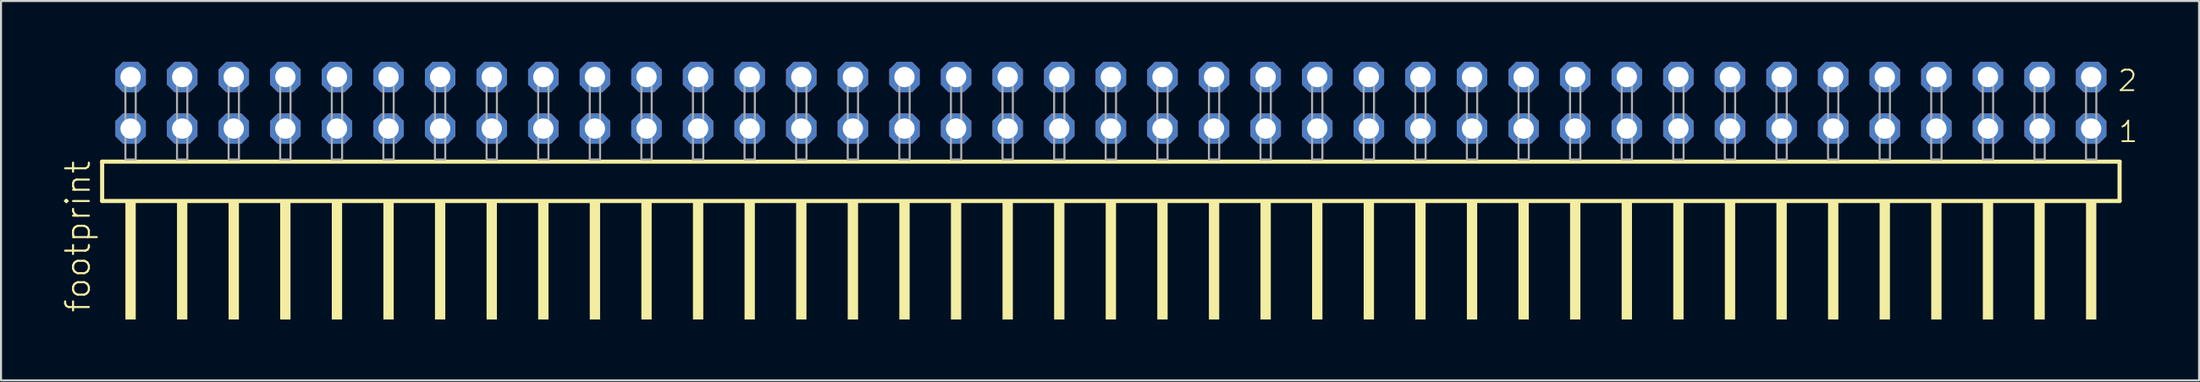
<source format=kicad_pcb>
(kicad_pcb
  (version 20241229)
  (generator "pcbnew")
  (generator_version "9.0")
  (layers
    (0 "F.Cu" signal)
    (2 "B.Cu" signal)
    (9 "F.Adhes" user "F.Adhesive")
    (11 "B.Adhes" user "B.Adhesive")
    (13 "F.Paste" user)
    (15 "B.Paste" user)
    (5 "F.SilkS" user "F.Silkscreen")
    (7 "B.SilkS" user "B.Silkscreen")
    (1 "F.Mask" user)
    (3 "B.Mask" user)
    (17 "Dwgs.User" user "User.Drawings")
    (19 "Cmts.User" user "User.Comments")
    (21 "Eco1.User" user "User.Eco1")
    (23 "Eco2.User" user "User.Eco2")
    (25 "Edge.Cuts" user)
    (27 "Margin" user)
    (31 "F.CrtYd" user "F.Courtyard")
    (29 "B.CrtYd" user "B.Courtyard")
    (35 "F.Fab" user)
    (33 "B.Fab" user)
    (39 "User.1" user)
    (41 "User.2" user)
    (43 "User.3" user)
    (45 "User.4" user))
  (footprint "footprint"
    (layer "F.Cu")
    (at 51.638 4.814)
    (property "Reference" "footprint" (at -50.165 7.62 90) (layer "F.SilkS") (effects (font (size 1.168 1.168) (thickness 0.102)) (justify left bottom)))
    (fp_line (start -49.659 0.106) (end -49.659 2.046) (stroke (width 0.203) (type solid)) (layer "F.SilkS"))
    (fp_line (start -49.659 2.046) (end 49.659 2.046) (stroke (width 0.203) (type solid)) (layer "F.SilkS"))
    (fp_line (start 49.659 0.106) (end -49.659 0.106) (stroke (width 0.203) (type solid)) (layer "F.SilkS"))
    (fp_line (start 49.659 2.046) (end 49.659 0.106) (stroke (width 0.203) (type solid)) (layer "F.SilkS"))
    (fp_poly (pts (xy -48.514 7.89) (xy -48.006 7.89) (xy -48.006 2.04) (xy -48.514 2.04)) (stroke (width 0) (type solid)) (fill yes) (layer "F.SilkS"))
    (fp_poly (pts (xy -45.974 7.89) (xy -45.466 7.89) (xy -45.466 2.04) (xy -45.974 2.04)) (stroke (width 0) (type solid)) (fill yes) (layer "F.SilkS"))
    (fp_poly (pts (xy -43.434 7.89) (xy -42.926 7.89) (xy -42.926 2.04) (xy -43.434 2.04)) (stroke (width 0) (type solid)) (fill yes) (layer "F.SilkS"))
    (fp_poly (pts (xy -40.894 7.89) (xy -40.386 7.89) (xy -40.386 2.04) (xy -40.894 2.04)) (stroke (width 0) (type solid)) (fill yes) (layer "F.SilkS"))
    (fp_poly (pts (xy -38.354 7.89) (xy -37.846 7.89) (xy -37.846 2.04) (xy -38.354 2.04)) (stroke (width 0) (type solid)) (fill yes) (layer "F.SilkS"))
    (fp_poly (pts (xy -35.814 7.89) (xy -35.306 7.89) (xy -35.306 2.04) (xy -35.814 2.04)) (stroke (width 0) (type solid)) (fill yes) (layer "F.SilkS"))
    (fp_poly (pts (xy -33.274 7.89) (xy -32.766 7.89) (xy -32.766 2.04) (xy -33.274 2.04)) (stroke (width 0) (type solid)) (fill yes) (layer "F.SilkS"))
    (fp_poly (pts (xy -30.734 7.89) (xy -30.226 7.89) (xy -30.226 2.04) (xy -30.734 2.04)) (stroke (width 0) (type solid)) (fill yes) (layer "F.SilkS"))
    (fp_poly (pts (xy -28.194 7.89) (xy -27.686 7.89) (xy -27.686 2.04) (xy -28.194 2.04)) (stroke (width 0) (type solid)) (fill yes) (layer "F.SilkS"))
    (fp_poly (pts (xy -25.654 7.89) (xy -25.146 7.89) (xy -25.146 2.04) (xy -25.654 2.04)) (stroke (width 0) (type solid)) (fill yes) (layer "F.SilkS"))
    (fp_poly (pts (xy -23.114 7.89) (xy -22.606 7.89) (xy -22.606 2.04) (xy -23.114 2.04)) (stroke (width 0) (type solid)) (fill yes) (layer "F.SilkS"))
    (fp_poly (pts (xy -20.574 7.89) (xy -20.066 7.89) (xy -20.066 2.04) (xy -20.574 2.04)) (stroke (width 0) (type solid)) (fill yes) (layer "F.SilkS"))
    (fp_poly (pts (xy -18.034 7.89) (xy -17.526 7.89) (xy -17.526 2.04) (xy -18.034 2.04)) (stroke (width 0) (type solid)) (fill yes) (layer "F.SilkS"))
    (fp_poly (pts (xy -15.494 7.89) (xy -14.986 7.89) (xy -14.986 2.04) (xy -15.494 2.04)) (stroke (width 0) (type solid)) (fill yes) (layer "F.SilkS"))
    (fp_poly (pts (xy -12.954 7.89) (xy -12.446 7.89) (xy -12.446 2.04) (xy -12.954 2.04)) (stroke (width 0) (type solid)) (fill yes) (layer "F.SilkS"))
    (fp_poly (pts (xy -10.414 7.89) (xy -9.906 7.89) (xy -9.906 2.04) (xy -10.414 2.04)) (stroke (width 0) (type solid)) (fill yes) (layer "F.SilkS"))
    (fp_poly (pts (xy -7.874 7.89) (xy -7.366 7.89) (xy -7.366 2.04) (xy -7.874 2.04)) (stroke (width 0) (type solid)) (fill yes) (layer "F.SilkS"))
    (fp_poly (pts (xy -5.334 7.89) (xy -4.826 7.89) (xy -4.826 2.04) (xy -5.334 2.04)) (stroke (width 0) (type solid)) (fill yes) (layer "F.SilkS"))
    (fp_poly (pts (xy -2.794 7.89) (xy -2.286 7.89) (xy -2.286 2.04) (xy -2.794 2.04)) (stroke (width 0) (type solid)) (fill yes) (layer "F.SilkS"))
    (fp_poly (pts (xy -0.254 7.89) (xy 0.254 7.89) (xy 0.254 2.04) (xy -0.254 2.04)) (stroke (width 0) (type solid)) (fill yes) (layer "F.SilkS"))
    (fp_poly (pts (xy 2.286 7.89) (xy 2.794 7.89) (xy 2.794 2.04) (xy 2.286 2.04)) (stroke (width 0) (type solid)) (fill yes) (layer "F.SilkS"))
    (fp_poly (pts (xy 4.826 7.89) (xy 5.334 7.89) (xy 5.334 2.04) (xy 4.826 2.04)) (stroke (width 0) (type solid)) (fill yes) (layer "F.SilkS"))
    (fp_poly (pts (xy 7.366 7.89) (xy 7.874 7.89) (xy 7.874 2.04) (xy 7.366 2.04)) (stroke (width 0) (type solid)) (fill yes) (layer "F.SilkS"))
    (fp_poly (pts (xy 9.906 7.89) (xy 10.414 7.89) (xy 10.414 2.04) (xy 9.906 2.04)) (stroke (width 0) (type solid)) (fill yes) (layer "F.SilkS"))
    (fp_poly (pts (xy 12.446 7.89) (xy 12.954 7.89) (xy 12.954 2.04) (xy 12.446 2.04)) (stroke (width 0) (type solid)) (fill yes) (layer "F.SilkS"))
    (fp_poly (pts (xy 14.986 7.89) (xy 15.494 7.89) (xy 15.494 2.04) (xy 14.986 2.04)) (stroke (width 0) (type solid)) (fill yes) (layer "F.SilkS"))
    (fp_poly (pts (xy 17.526 7.89) (xy 18.034 7.89) (xy 18.034 2.04) (xy 17.526 2.04)) (stroke (width 0) (type solid)) (fill yes) (layer "F.SilkS"))
    (fp_poly (pts (xy 20.066 7.89) (xy 20.574 7.89) (xy 20.574 2.04) (xy 20.066 2.04)) (stroke (width 0) (type solid)) (fill yes) (layer "F.SilkS"))
    (fp_poly (pts (xy 22.606 7.89) (xy 23.114 7.89) (xy 23.114 2.04) (xy 22.606 2.04)) (stroke (width 0) (type solid)) (fill yes) (layer "F.SilkS"))
    (fp_poly (pts (xy 25.146 7.89) (xy 25.654 7.89) (xy 25.654 2.04) (xy 25.146 2.04)) (stroke (width 0) (type solid)) (fill yes) (layer "F.SilkS"))
    (fp_poly (pts (xy 27.686 7.89) (xy 28.194 7.89) (xy 28.194 2.04) (xy 27.686 2.04)) (stroke (width 0) (type solid)) (fill yes) (layer "F.SilkS"))
    (fp_poly (pts (xy 30.226 7.89) (xy 30.734 7.89) (xy 30.734 2.04) (xy 30.226 2.04)) (stroke (width 0) (type solid)) (fill yes) (layer "F.SilkS"))
    (fp_poly (pts (xy 32.766 7.89) (xy 33.274 7.89) (xy 33.274 2.04) (xy 32.766 2.04)) (stroke (width 0) (type solid)) (fill yes) (layer "F.SilkS"))
    (fp_poly (pts (xy 35.306 7.89) (xy 35.814 7.89) (xy 35.814 2.04) (xy 35.306 2.04)) (stroke (width 0) (type solid)) (fill yes) (layer "F.SilkS"))
    (fp_poly (pts (xy 37.846 7.89) (xy 38.354 7.89) (xy 38.354 2.04) (xy 37.846 2.04)) (stroke (width 0) (type solid)) (fill yes) (layer "F.SilkS"))
    (fp_poly (pts (xy 40.386 7.89) (xy 40.894 7.89) (xy 40.894 2.04) (xy 40.386 2.04)) (stroke (width 0) (type solid)) (fill yes) (layer "F.SilkS"))
    (fp_poly (pts (xy 42.926 7.89) (xy 43.434 7.89) (xy 43.434 2.04) (xy 42.926 2.04)) (stroke (width 0) (type solid)) (fill yes) (layer "F.SilkS"))
    (fp_poly (pts (xy 45.466 7.89) (xy 45.974 7.89) (xy 45.974 2.04) (xy 45.466 2.04)) (stroke (width 0) (type solid)) (fill yes) (layer "F.SilkS"))
    (fp_poly (pts (xy 48.006 7.89) (xy 48.514 7.89) (xy 48.514 2.04) (xy 48.006 2.04)) (stroke (width 0) (type solid)) (fill yes) (layer "F.SilkS"))
    (fp_poly (pts (xy -48.514 0) (xy -48.006 0) (xy -48.006 -4.318) (xy -48.514 -4.318)) (stroke (width 0.1) (type solid)) (fill no) (layer "F.Fab"))
    (fp_poly (pts (xy -45.974 0) (xy -45.466 0) (xy -45.466 -4.318) (xy -45.974 -4.318)) (stroke (width 0.1) (type solid)) (fill no) (layer "F.Fab"))
    (fp_poly (pts (xy -43.434 0) (xy -42.926 0) (xy -42.926 -4.318) (xy -43.434 -4.318)) (stroke (width 0.1) (type solid)) (fill no) (layer "F.Fab"))
    (fp_poly (pts (xy -40.894 0) (xy -40.386 0) (xy -40.386 -4.318) (xy -40.894 -4.318)) (stroke (width 0.1) (type solid)) (fill no) (layer "F.Fab"))
    (fp_poly (pts (xy -38.354 0) (xy -37.846 0) (xy -37.846 -4.318) (xy -38.354 -4.318)) (stroke (width 0.1) (type solid)) (fill no) (layer "F.Fab"))
    (fp_poly (pts (xy -35.814 0) (xy -35.306 0) (xy -35.306 -4.318) (xy -35.814 -4.318)) (stroke (width 0.1) (type solid)) (fill no) (layer "F.Fab"))
    (fp_poly (pts (xy -33.274 0) (xy -32.766 0) (xy -32.766 -4.318) (xy -33.274 -4.318)) (stroke (width 0.1) (type solid)) (fill no) (layer "F.Fab"))
    (fp_poly (pts (xy -30.734 0) (xy -30.226 0) (xy -30.226 -4.318) (xy -30.734 -4.318)) (stroke (width 0.1) (type solid)) (fill no) (layer "F.Fab"))
    (fp_poly (pts (xy -28.194 0) (xy -27.686 0) (xy -27.686 -4.318) (xy -28.194 -4.318)) (stroke (width 0.1) (type solid)) (fill no) (layer "F.Fab"))
    (fp_poly (pts (xy -25.654 0) (xy -25.146 0) (xy -25.146 -4.318) (xy -25.654 -4.318)) (stroke (width 0.1) (type solid)) (fill no) (layer "F.Fab"))
    (fp_poly (pts (xy -23.114 0) (xy -22.606 0) (xy -22.606 -4.318) (xy -23.114 -4.318)) (stroke (width 0.1) (type solid)) (fill no) (layer "F.Fab"))
    (fp_poly (pts (xy -20.574 0) (xy -20.066 0) (xy -20.066 -4.318) (xy -20.574 -4.318)) (stroke (width 0.1) (type solid)) (fill no) (layer "F.Fab"))
    (fp_poly (pts (xy -18.034 0) (xy -17.526 0) (xy -17.526 -4.318) (xy -18.034 -4.318)) (stroke (width 0.1) (type solid)) (fill no) (layer "F.Fab"))
    (fp_poly (pts (xy -15.494 0) (xy -14.986 0) (xy -14.986 -4.318) (xy -15.494 -4.318)) (stroke (width 0.1) (type solid)) (fill no) (layer "F.Fab"))
    (fp_poly (pts (xy -12.954 0) (xy -12.446 0) (xy -12.446 -4.318) (xy -12.954 -4.318)) (stroke (width 0.1) (type solid)) (fill no) (layer "F.Fab"))
    (fp_poly (pts (xy -10.414 0) (xy -9.906 0) (xy -9.906 -4.318) (xy -10.414 -4.318)) (stroke (width 0.1) (type solid)) (fill no) (layer "F.Fab"))
    (fp_poly (pts (xy -7.874 0) (xy -7.366 0) (xy -7.366 -4.318) (xy -7.874 -4.318)) (stroke (width 0.1) (type solid)) (fill no) (layer "F.Fab"))
    (fp_poly (pts (xy -5.334 0) (xy -4.826 0) (xy -4.826 -4.318) (xy -5.334 -4.318)) (stroke (width 0.1) (type solid)) (fill no) (layer "F.Fab"))
    (fp_poly (pts (xy -2.794 0) (xy -2.286 0) (xy -2.286 -4.318) (xy -2.794 -4.318)) (stroke (width 0.1) (type solid)) (fill no) (layer "F.Fab"))
    (fp_poly (pts (xy -0.254 0) (xy 0.254 0) (xy 0.254 -4.318) (xy -0.254 -4.318)) (stroke (width 0.1) (type solid)) (fill no) (layer "F.Fab"))
    (fp_poly (pts (xy 2.286 0) (xy 2.794 0) (xy 2.794 -4.318) (xy 2.286 -4.318)) (stroke (width 0.1) (type solid)) (fill no) (layer "F.Fab"))
    (fp_poly (pts (xy 4.826 0) (xy 5.334 0) (xy 5.334 -4.318) (xy 4.826 -4.318)) (stroke (width 0.1) (type solid)) (fill no) (layer "F.Fab"))
    (fp_poly (pts (xy 7.366 0) (xy 7.874 0) (xy 7.874 -4.318) (xy 7.366 -4.318)) (stroke (width 0.1) (type solid)) (fill no) (layer "F.Fab"))
    (fp_poly (pts (xy 9.906 0) (xy 10.414 0) (xy 10.414 -4.318) (xy 9.906 -4.318)) (stroke (width 0.1) (type solid)) (fill no) (layer "F.Fab"))
    (fp_poly (pts (xy 12.446 0) (xy 12.954 0) (xy 12.954 -4.318) (xy 12.446 -4.318)) (stroke (width 0.1) (type solid)) (fill no) (layer "F.Fab"))
    (fp_poly (pts (xy 14.986 0) (xy 15.494 0) (xy 15.494 -4.318) (xy 14.986 -4.318)) (stroke (width 0.1) (type solid)) (fill no) (layer "F.Fab"))
    (fp_poly (pts (xy 17.526 0) (xy 18.034 0) (xy 18.034 -4.318) (xy 17.526 -4.318)) (stroke (width 0.1) (type solid)) (fill no) (layer "F.Fab"))
    (fp_poly (pts (xy 20.066 0) (xy 20.574 0) (xy 20.574 -4.318) (xy 20.066 -4.318)) (stroke (width 0.1) (type solid)) (fill no) (layer "F.Fab"))
    (fp_poly (pts (xy 22.606 0) (xy 23.114 0) (xy 23.114 -4.318) (xy 22.606 -4.318)) (stroke (width 0.1) (type solid)) (fill no) (layer "F.Fab"))
    (fp_poly (pts (xy 25.146 0) (xy 25.654 0) (xy 25.654 -4.318) (xy 25.146 -4.318)) (stroke (width 0.1) (type solid)) (fill no) (layer "F.Fab"))
    (fp_poly (pts (xy 27.686 0) (xy 28.194 0) (xy 28.194 -4.318) (xy 27.686 -4.318)) (stroke (width 0.1) (type solid)) (fill no) (layer "F.Fab"))
    (fp_poly (pts (xy 30.226 0) (xy 30.734 0) (xy 30.734 -4.318) (xy 30.226 -4.318)) (stroke (width 0.1) (type solid)) (fill no) (layer "F.Fab"))
    (fp_poly (pts (xy 32.766 0) (xy 33.274 0) (xy 33.274 -4.318) (xy 32.766 -4.318)) (stroke (width 0.1) (type solid)) (fill no) (layer "F.Fab"))
    (fp_poly (pts (xy 35.306 0) (xy 35.814 0) (xy 35.814 -4.318) (xy 35.306 -4.318)) (stroke (width 0.1) (type solid)) (fill no) (layer "F.Fab"))
    (fp_poly (pts (xy 37.846 0) (xy 38.354 0) (xy 38.354 -4.318) (xy 37.846 -4.318)) (stroke (width 0.1) (type solid)) (fill no) (layer "F.Fab"))
    (fp_poly (pts (xy 40.386 0) (xy 40.894 0) (xy 40.894 -4.318) (xy 40.386 -4.318)) (stroke (width 0.1) (type solid)) (fill no) (layer "F.Fab"))
    (fp_poly (pts (xy 42.926 0) (xy 43.434 0) (xy 43.434 -4.318) (xy 42.926 -4.318)) (stroke (width 0.1) (type solid)) (fill no) (layer "F.Fab"))
    (fp_poly (pts (xy 45.466 0) (xy 45.974 0) (xy 45.974 -4.318) (xy 45.466 -4.318)) (stroke (width 0.1) (type solid)) (fill no) (layer "F.Fab"))
    (fp_poly (pts (xy 48.006 0) (xy 48.514 0) (xy 48.514 -4.318) (xy 48.006 -4.318)) (stroke (width 0.1) (type solid)) (fill no) (layer "F.Fab"))
    (fp_text user "2" (at 49.51 -3.29 0) (layer "F.SilkS") (effects (font (size 1.012 1.012) (thickness 0.088)) (justify left bottom)))
    (fp_text user "1" (at 49.545 -0.775 0) (layer "F.SilkS") (effects (font (size 1.012 1.012) (thickness 0.088)) (justify left bottom)))
    (pad "1" thru_hole roundrect (at 48.26 -1.524 180) (size 1.5 1.5) (drill 1) (layers "*.Cu" "*.Mask") (roundrect_rratio 0.25) (chamfer_ratio 0.25) (chamfer top_left top_right bottom_left bottom_right))
    (pad "2" thru_hole roundrect (at 48.26 -4.064 180) (size 1.5 1.5) (drill 1) (layers "*.Cu" "*.Mask") (roundrect_rratio 0.25) (chamfer_ratio 0.25) (chamfer top_left top_right bottom_left bottom_right))
    (pad "3" thru_hole roundrect (at 45.72 -1.524 180) (size 1.5 1.5) (drill 1) (layers "*.Cu" "*.Mask") (roundrect_rratio 0.25) (chamfer_ratio 0.25) (chamfer top_left top_right bottom_left bottom_right))
    (pad "4" thru_hole roundrect (at 45.72 -4.064 180) (size 1.5 1.5) (drill 1) (layers "*.Cu" "*.Mask") (roundrect_rratio 0.25) (chamfer_ratio 0.25) (chamfer top_left top_right bottom_left bottom_right))
    (pad "5" thru_hole roundrect (at 43.18 -1.524 180) (size 1.5 1.5) (drill 1) (layers "*.Cu" "*.Mask") (roundrect_rratio 0.25) (chamfer_ratio 0.25) (chamfer top_left top_right bottom_left bottom_right))
    (pad "6" thru_hole roundrect (at 43.18 -4.064 180) (size 1.5 1.5) (drill 1) (layers "*.Cu" "*.Mask") (roundrect_rratio 0.25) (chamfer_ratio 0.25) (chamfer top_left top_right bottom_left bottom_right))
    (pad "7" thru_hole roundrect (at 40.64 -1.524 180) (size 1.5 1.5) (drill 1) (layers "*.Cu" "*.Mask") (roundrect_rratio 0.25) (chamfer_ratio 0.25) (chamfer top_left top_right bottom_left bottom_right))
    (pad "8" thru_hole roundrect (at 40.64 -4.064 180) (size 1.5 1.5) (drill 1) (layers "*.Cu" "*.Mask") (roundrect_rratio 0.25) (chamfer_ratio 0.25) (chamfer top_left top_right bottom_left bottom_right))
    (pad "9" thru_hole roundrect (at 38.1 -1.524 180) (size 1.5 1.5) (drill 1) (layers "*.Cu" "*.Mask") (roundrect_rratio 0.25) (chamfer_ratio 0.25) (chamfer top_left top_right bottom_left bottom_right))
    (pad "10" thru_hole roundrect (at 38.1 -4.064 180) (size 1.5 1.5) (drill 1) (layers "*.Cu" "*.Mask") (roundrect_rratio 0.25) (chamfer_ratio 0.25) (chamfer top_left top_right bottom_left bottom_right))
    (pad "11" thru_hole roundrect (at 35.56 -1.524 180) (size 1.5 1.5) (drill 1) (layers "*.Cu" "*.Mask") (roundrect_rratio 0.25) (chamfer_ratio 0.25) (chamfer top_left top_right bottom_left bottom_right))
    (pad "12" thru_hole roundrect (at 35.56 -4.064 180) (size 1.5 1.5) (drill 1) (layers "*.Cu" "*.Mask") (roundrect_rratio 0.25) (chamfer_ratio 0.25) (chamfer top_left top_right bottom_left bottom_right))
    (pad "13" thru_hole roundrect (at 33.02 -1.524 180) (size 1.5 1.5) (drill 1) (layers "*.Cu" "*.Mask") (roundrect_rratio 0.25) (chamfer_ratio 0.25) (chamfer top_left top_right bottom_left bottom_right))
    (pad "14" thru_hole roundrect (at 33.02 -4.064 180) (size 1.5 1.5) (drill 1) (layers "*.Cu" "*.Mask") (roundrect_rratio 0.25) (chamfer_ratio 0.25) (chamfer top_left top_right bottom_left bottom_right))
    (pad "15" thru_hole roundrect (at 30.48 -1.524 180) (size 1.5 1.5) (drill 1) (layers "*.Cu" "*.Mask") (roundrect_rratio 0.25) (chamfer_ratio 0.25) (chamfer top_left top_right bottom_left bottom_right))
    (pad "16" thru_hole roundrect (at 30.48 -4.064 180) (size 1.5 1.5) (drill 1) (layers "*.Cu" "*.Mask") (roundrect_rratio 0.25) (chamfer_ratio 0.25) (chamfer top_left top_right bottom_left bottom_right))
    (pad "17" thru_hole roundrect (at 27.94 -1.524 180) (size 1.5 1.5) (drill 1) (layers "*.Cu" "*.Mask") (roundrect_rratio 0.25) (chamfer_ratio 0.25) (chamfer top_left top_right bottom_left bottom_right))
    (pad "18" thru_hole roundrect (at 27.94 -4.064 180) (size 1.5 1.5) (drill 1) (layers "*.Cu" "*.Mask") (roundrect_rratio 0.25) (chamfer_ratio 0.25) (chamfer top_left top_right bottom_left bottom_right))
    (pad "19" thru_hole roundrect (at 25.4 -1.524 180) (size 1.5 1.5) (drill 1) (layers "*.Cu" "*.Mask") (roundrect_rratio 0.25) (chamfer_ratio 0.25) (chamfer top_left top_right bottom_left bottom_right))
    (pad "20" thru_hole roundrect (at 25.4 -4.064 180) (size 1.5 1.5) (drill 1) (layers "*.Cu" "*.Mask") (roundrect_rratio 0.25) (chamfer_ratio 0.25) (chamfer top_left top_right bottom_left bottom_right))
    (pad "21" thru_hole roundrect (at 22.86 -1.524 180) (size 1.5 1.5) (drill 1) (layers "*.Cu" "*.Mask") (roundrect_rratio 0.25) (chamfer_ratio 0.25) (chamfer top_left top_right bottom_left bottom_right))
    (pad "22" thru_hole roundrect (at 22.86 -4.064 180) (size 1.5 1.5) (drill 1) (layers "*.Cu" "*.Mask") (roundrect_rratio 0.25) (chamfer_ratio 0.25) (chamfer top_left top_right bottom_left bottom_right))
    (pad "23" thru_hole roundrect (at 20.32 -1.524 180) (size 1.5 1.5) (drill 1) (layers "*.Cu" "*.Mask") (roundrect_rratio 0.25) (chamfer_ratio 0.25) (chamfer top_left top_right bottom_left bottom_right))
    (pad "24" thru_hole roundrect (at 20.32 -4.064 180) (size 1.5 1.5) (drill 1) (layers "*.Cu" "*.Mask") (roundrect_rratio 0.25) (chamfer_ratio 0.25) (chamfer top_left top_right bottom_left bottom_right))
    (pad "25" thru_hole roundrect (at 17.78 -1.524 180) (size 1.5 1.5) (drill 1) (layers "*.Cu" "*.Mask") (roundrect_rratio 0.25) (chamfer_ratio 0.25) (chamfer top_left top_right bottom_left bottom_right))
    (pad "26" thru_hole roundrect (at 17.78 -4.064 180) (size 1.5 1.5) (drill 1) (layers "*.Cu" "*.Mask") (roundrect_rratio 0.25) (chamfer_ratio 0.25) (chamfer top_left top_right bottom_left bottom_right))
    (pad "27" thru_hole roundrect (at 15.24 -1.524 180) (size 1.5 1.5) (drill 1) (layers "*.Cu" "*.Mask") (roundrect_rratio 0.25) (chamfer_ratio 0.25) (chamfer top_left top_right bottom_left bottom_right))
    (pad "28" thru_hole roundrect (at 15.24 -4.064 180) (size 1.5 1.5) (drill 1) (layers "*.Cu" "*.Mask") (roundrect_rratio 0.25) (chamfer_ratio 0.25) (chamfer top_left top_right bottom_left bottom_right))
    (pad "29" thru_hole roundrect (at 12.7 -1.524 180) (size 1.5 1.5) (drill 1) (layers "*.Cu" "*.Mask") (roundrect_rratio 0.25) (chamfer_ratio 0.25) (chamfer top_left top_right bottom_left bottom_right))
    (pad "30" thru_hole roundrect (at 12.7 -4.064 180) (size 1.5 1.5) (drill 1) (layers "*.Cu" "*.Mask") (roundrect_rratio 0.25) (chamfer_ratio 0.25) (chamfer top_left top_right bottom_left bottom_right))
    (pad "31" thru_hole roundrect (at 10.16 -1.524 180) (size 1.5 1.5) (drill 1) (layers "*.Cu" "*.Mask") (roundrect_rratio 0.25) (chamfer_ratio 0.25) (chamfer top_left top_right bottom_left bottom_right))
    (pad "32" thru_hole roundrect (at 10.16 -4.064 180) (size 1.5 1.5) (drill 1) (layers "*.Cu" "*.Mask") (roundrect_rratio 0.25) (chamfer_ratio 0.25) (chamfer top_left top_right bottom_left bottom_right))
    (pad "33" thru_hole roundrect (at 7.62 -1.524 180) (size 1.5 1.5) (drill 1) (layers "*.Cu" "*.Mask") (roundrect_rratio 0.25) (chamfer_ratio 0.25) (chamfer top_left top_right bottom_left bottom_right))
    (pad "34" thru_hole roundrect (at 7.62 -4.064 180) (size 1.5 1.5) (drill 1) (layers "*.Cu" "*.Mask") (roundrect_rratio 0.25) (chamfer_ratio 0.25) (chamfer top_left top_right bottom_left bottom_right))
    (pad "35" thru_hole roundrect (at 5.08 -1.524 180) (size 1.5 1.5) (drill 1) (layers "*.Cu" "*.Mask") (roundrect_rratio 0.25) (chamfer_ratio 0.25) (chamfer top_left top_right bottom_left bottom_right))
    (pad "36" thru_hole roundrect (at 5.08 -4.064 180) (size 1.5 1.5) (drill 1) (layers "*.Cu" "*.Mask") (roundrect_rratio 0.25) (chamfer_ratio 0.25) (chamfer top_left top_right bottom_left bottom_right))
    (pad "37" thru_hole roundrect (at 2.54 -1.524 180) (size 1.5 1.5) (drill 1) (layers "*.Cu" "*.Mask") (roundrect_rratio 0.25) (chamfer_ratio 0.25) (chamfer top_left top_right bottom_left bottom_right))
    (pad "38" thru_hole roundrect (at 2.54 -4.064 180) (size 1.5 1.5) (drill 1) (layers "*.Cu" "*.Mask") (roundrect_rratio 0.25) (chamfer_ratio 0.25) (chamfer top_left top_right bottom_left bottom_right))
    (pad "39" thru_hole roundrect (at 0 -1.524 180) (size 1.5 1.5) (drill 1) (layers "*.Cu" "*.Mask") (roundrect_rratio 0.25) (chamfer_ratio 0.25) (chamfer top_left top_right bottom_left bottom_right))
    (pad "40" thru_hole roundrect (at 0 -4.064 180) (size 1.5 1.5) (drill 1) (layers "*.Cu" "*.Mask") (roundrect_rratio 0.25) (chamfer_ratio 0.25) (chamfer top_left top_right bottom_left bottom_right))
    (pad "41" thru_hole roundrect (at -2.54 -1.524 180) (size 1.5 1.5) (drill 1) (layers "*.Cu" "*.Mask") (roundrect_rratio 0.25) (chamfer_ratio 0.25) (chamfer top_left top_right bottom_left bottom_right))
    (pad "42" thru_hole roundrect (at -2.54 -4.064 180) (size 1.5 1.5) (drill 1) (layers "*.Cu" "*.Mask") (roundrect_rratio 0.25) (chamfer_ratio 0.25) (chamfer top_left top_right bottom_left bottom_right))
    (pad "43" thru_hole roundrect (at -5.08 -1.524 180) (size 1.5 1.5) (drill 1) (layers "*.Cu" "*.Mask") (roundrect_rratio 0.25) (chamfer_ratio 0.25) (chamfer top_left top_right bottom_left bottom_right))
    (pad "44" thru_hole roundrect (at -5.08 -4.064 180) (size 1.5 1.5) (drill 1) (layers "*.Cu" "*.Mask") (roundrect_rratio 0.25) (chamfer_ratio 0.25) (chamfer top_left top_right bottom_left bottom_right))
    (pad "45" thru_hole roundrect (at -7.62 -1.524 180) (size 1.5 1.5) (drill 1) (layers "*.Cu" "*.Mask") (roundrect_rratio 0.25) (chamfer_ratio 0.25) (chamfer top_left top_right bottom_left bottom_right))
    (pad "46" thru_hole roundrect (at -7.62 -4.064 180) (size 1.5 1.5) (drill 1) (layers "*.Cu" "*.Mask") (roundrect_rratio 0.25) (chamfer_ratio 0.25) (chamfer top_left top_right bottom_left bottom_right))
    (pad "47" thru_hole roundrect (at -10.16 -1.524 180) (size 1.5 1.5) (drill 1) (layers "*.Cu" "*.Mask") (roundrect_rratio 0.25) (chamfer_ratio 0.25) (chamfer top_left top_right bottom_left bottom_right))
    (pad "48" thru_hole roundrect (at -10.16 -4.064 180) (size 1.5 1.5) (drill 1) (layers "*.Cu" "*.Mask") (roundrect_rratio 0.25) (chamfer_ratio 0.25) (chamfer top_left top_right bottom_left bottom_right))
    (pad "49" thru_hole roundrect (at -12.7 -1.524 180) (size 1.5 1.5) (drill 1) (layers "*.Cu" "*.Mask") (roundrect_rratio 0.25) (chamfer_ratio 0.25) (chamfer top_left top_right bottom_left bottom_right))
    (pad "50" thru_hole roundrect (at -12.7 -4.064 180) (size 1.5 1.5) (drill 1) (layers "*.Cu" "*.Mask") (roundrect_rratio 0.25) (chamfer_ratio 0.25) (chamfer top_left top_right bottom_left bottom_right))
    (pad "51" thru_hole roundrect (at -15.24 -1.524 180) (size 1.5 1.5) (drill 1) (layers "*.Cu" "*.Mask") (roundrect_rratio 0.25) (chamfer_ratio 0.25) (chamfer top_left top_right bottom_left bottom_right))
    (pad "52" thru_hole roundrect (at -15.24 -4.064 180) (size 1.5 1.5) (drill 1) (layers "*.Cu" "*.Mask") (roundrect_rratio 0.25) (chamfer_ratio 0.25) (chamfer top_left top_right bottom_left bottom_right))
    (pad "53" thru_hole roundrect (at -17.78 -1.524 180) (size 1.5 1.5) (drill 1) (layers "*.Cu" "*.Mask") (roundrect_rratio 0.25) (chamfer_ratio 0.25) (chamfer top_left top_right bottom_left bottom_right))
    (pad "54" thru_hole roundrect (at -17.78 -4.064 180) (size 1.5 1.5) (drill 1) (layers "*.Cu" "*.Mask") (roundrect_rratio 0.25) (chamfer_ratio 0.25) (chamfer top_left top_right bottom_left bottom_right))
    (pad "55" thru_hole roundrect (at -20.32 -1.524 180) (size 1.5 1.5) (drill 1) (layers "*.Cu" "*.Mask") (roundrect_rratio 0.25) (chamfer_ratio 0.25) (chamfer top_left top_right bottom_left bottom_right))
    (pad "56" thru_hole roundrect (at -20.32 -4.064 180) (size 1.5 1.5) (drill 1) (layers "*.Cu" "*.Mask") (roundrect_rratio 0.25) (chamfer_ratio 0.25) (chamfer top_left top_right bottom_left bottom_right))
    (pad "57" thru_hole roundrect (at -22.86 -1.524 180) (size 1.5 1.5) (drill 1) (layers "*.Cu" "*.Mask") (roundrect_rratio 0.25) (chamfer_ratio 0.25) (chamfer top_left top_right bottom_left bottom_right))
    (pad "58" thru_hole roundrect (at -22.86 -4.064 180) (size 1.5 1.5) (drill 1) (layers "*.Cu" "*.Mask") (roundrect_rratio 0.25) (chamfer_ratio 0.25) (chamfer top_left top_right bottom_left bottom_right))
    (pad "59" thru_hole roundrect (at -25.4 -1.524 180) (size 1.5 1.5) (drill 1) (layers "*.Cu" "*.Mask") (roundrect_rratio 0.25) (chamfer_ratio 0.25) (chamfer top_left top_right bottom_left bottom_right))
    (pad "60" thru_hole roundrect (at -25.4 -4.064 180) (size 1.5 1.5) (drill 1) (layers "*.Cu" "*.Mask") (roundrect_rratio 0.25) (chamfer_ratio 0.25) (chamfer top_left top_right bottom_left bottom_right))
    (pad "61" thru_hole roundrect (at -27.94 -1.524 180) (size 1.5 1.5) (drill 1) (layers "*.Cu" "*.Mask") (roundrect_rratio 0.25) (chamfer_ratio 0.25) (chamfer top_left top_right bottom_left bottom_right))
    (pad "62" thru_hole roundrect (at -27.94 -4.064 180) (size 1.5 1.5) (drill 1) (layers "*.Cu" "*.Mask") (roundrect_rratio 0.25) (chamfer_ratio 0.25) (chamfer top_left top_right bottom_left bottom_right))
    (pad "63" thru_hole roundrect (at -30.48 -1.524 180) (size 1.5 1.5) (drill 1) (layers "*.Cu" "*.Mask") (roundrect_rratio 0.25) (chamfer_ratio 0.25) (chamfer top_left top_right bottom_left bottom_right))
    (pad "64" thru_hole roundrect (at -30.48 -4.064 180) (size 1.5 1.5) (drill 1) (layers "*.Cu" "*.Mask") (roundrect_rratio 0.25) (chamfer_ratio 0.25) (chamfer top_left top_right bottom_left bottom_right))
    (pad "65" thru_hole roundrect (at -33.02 -1.524 180) (size 1.5 1.5) (drill 1) (layers "*.Cu" "*.Mask") (roundrect_rratio 0.25) (chamfer_ratio 0.25) (chamfer top_left top_right bottom_left bottom_right))
    (pad "66" thru_hole roundrect (at -33.02 -4.064 180) (size 1.5 1.5) (drill 1) (layers "*.Cu" "*.Mask") (roundrect_rratio 0.25) (chamfer_ratio 0.25) (chamfer top_left top_right bottom_left bottom_right))
    (pad "67" thru_hole roundrect (at -35.56 -1.524 180) (size 1.5 1.5) (drill 1) (layers "*.Cu" "*.Mask") (roundrect_rratio 0.25) (chamfer_ratio 0.25) (chamfer top_left top_right bottom_left bottom_right))
    (pad "68" thru_hole roundrect (at -35.56 -4.064 180) (size 1.5 1.5) (drill 1) (layers "*.Cu" "*.Mask") (roundrect_rratio 0.25) (chamfer_ratio 0.25) (chamfer top_left top_right bottom_left bottom_right))
    (pad "69" thru_hole roundrect (at -38.1 -1.524 180) (size 1.5 1.5) (drill 1) (layers "*.Cu" "*.Mask") (roundrect_rratio 0.25) (chamfer_ratio 0.25) (chamfer top_left top_right bottom_left bottom_right))
    (pad "70" thru_hole roundrect (at -38.1 -4.064 180) (size 1.5 1.5) (drill 1) (layers "*.Cu" "*.Mask") (roundrect_rratio 0.25) (chamfer_ratio 0.25) (chamfer top_left top_right bottom_left bottom_right))
    (pad "71" thru_hole roundrect (at -40.64 -1.524 180) (size 1.5 1.5) (drill 1) (layers "*.Cu" "*.Mask") (roundrect_rratio 0.25) (chamfer_ratio 0.25) (chamfer top_left top_right bottom_left bottom_right))
    (pad "72" thru_hole roundrect (at -40.64 -4.064 180) (size 1.5 1.5) (drill 1) (layers "*.Cu" "*.Mask") (roundrect_rratio 0.25) (chamfer_ratio 0.25) (chamfer top_left top_right bottom_left bottom_right))
    (pad "73" thru_hole roundrect (at -43.18 -1.524 180) (size 1.5 1.5) (drill 1) (layers "*.Cu" "*.Mask") (roundrect_rratio 0.25) (chamfer_ratio 0.25) (chamfer top_left top_right bottom_left bottom_right))
    (pad "74" thru_hole roundrect (at -43.18 -4.064 180) (size 1.5 1.5) (drill 1) (layers "*.Cu" "*.Mask") (roundrect_rratio 0.25) (chamfer_ratio 0.25) (chamfer top_left top_right bottom_left bottom_right))
    (pad "75" thru_hole roundrect (at -45.72 -1.524 180) (size 1.5 1.5) (drill 1) (layers "*.Cu" "*.Mask") (roundrect_rratio 0.25) (chamfer_ratio 0.25) (chamfer top_left top_right bottom_left bottom_right))
    (pad "76" thru_hole roundrect (at -45.72 -4.064 180) (size 1.5 1.5) (drill 1) (layers "*.Cu" "*.Mask") (roundrect_rratio 0.25) (chamfer_ratio 0.25) (chamfer top_left top_right bottom_left bottom_right))
    (pad "77" thru_hole roundrect (at -48.26 -1.524 180) (size 1.5 1.5) (drill 1) (layers "*.Cu" "*.Mask") (roundrect_rratio 0.25) (chamfer_ratio 0.25) (chamfer top_left top_right bottom_left bottom_right))
    (pad "78" thru_hole roundrect (at -48.26 -4.064 180) (size 1.5 1.5) (drill 1) (layers "*.Cu" "*.Mask") (roundrect_rratio 0.25) (chamfer_ratio 0.25) (chamfer top_left top_right bottom_left bottom_right)))
  (gr_rect
    (start -3 -3)
    (end 105.209 15.704)
    (stroke (width 0.1) (type default))
    (fill no)
    (layer "Edge.Cuts")))
</source>
